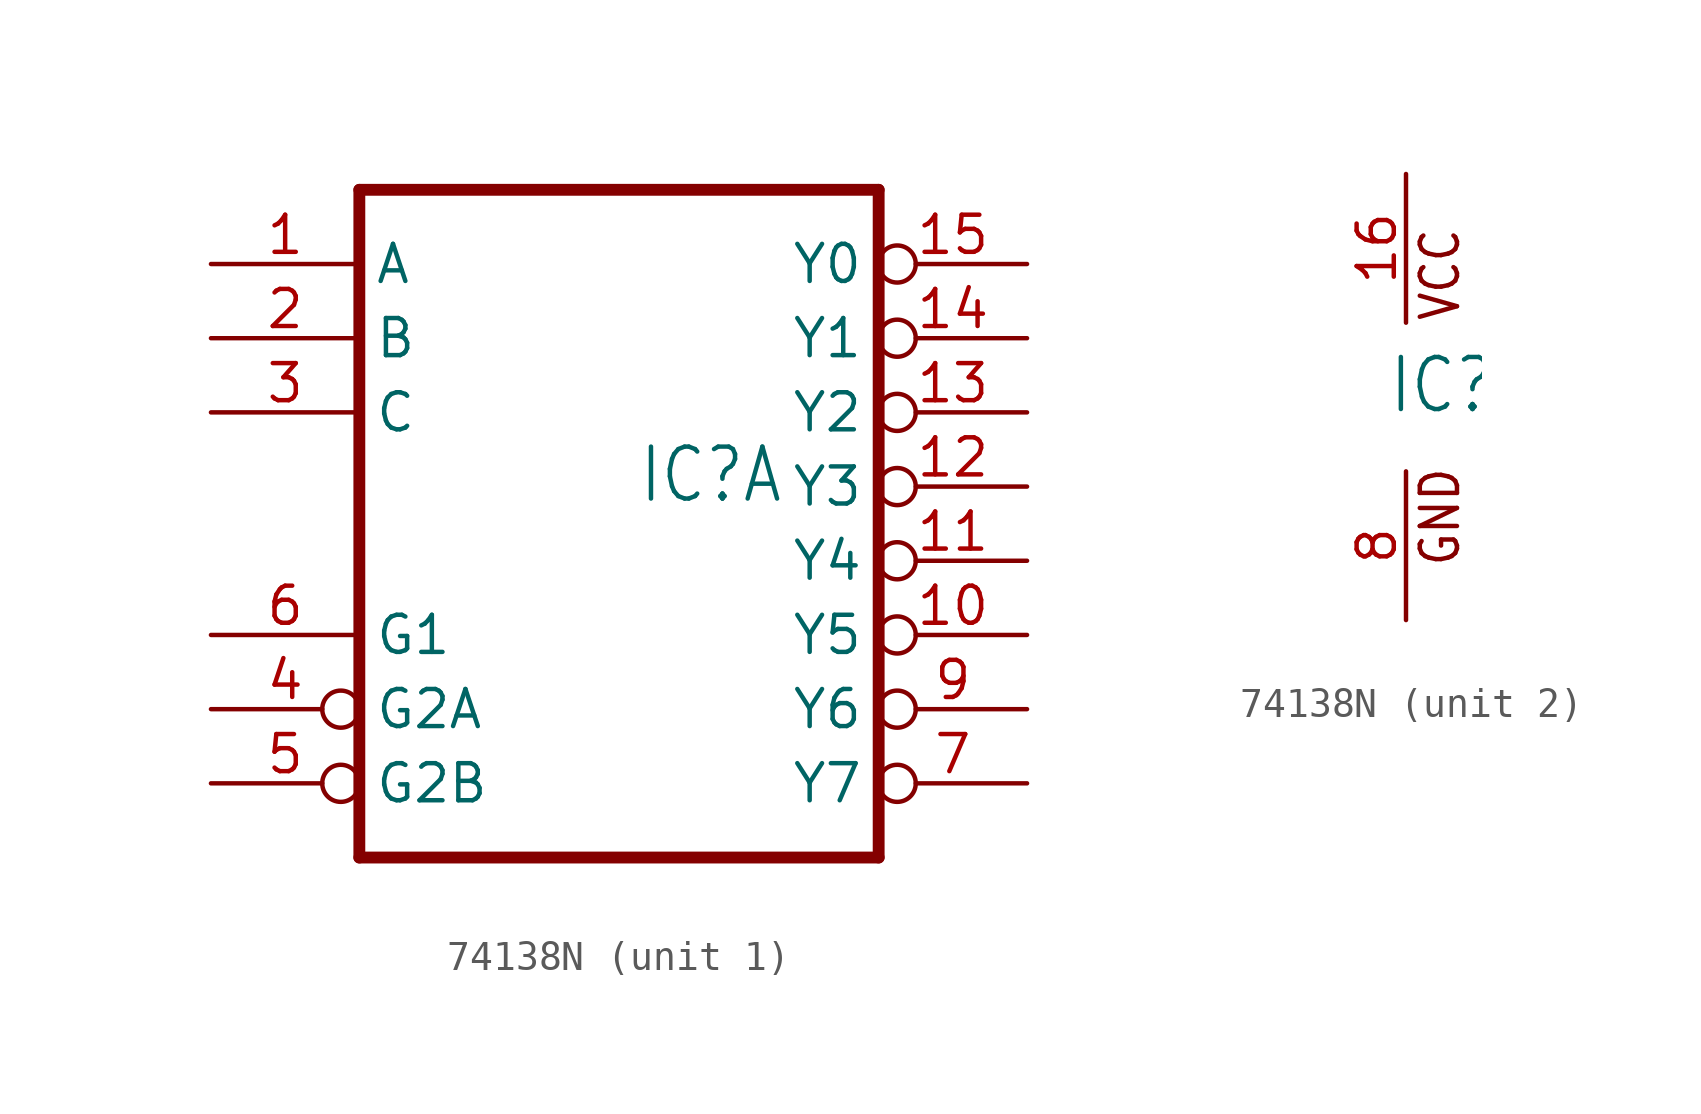
<source format=kicad_sym>
(kicad_symbol_lib
  (version 20220914)
  (generator kicad_symbol_editor)
  (symbol "74138N"
    (property "Reference" "IC"
      (at -0.635 -0.635 0)
      (effects (font (size 1.778 1.511)) (justify left bottom)))
    (property "ki_locked" ""
      (at 0 0 0)
      (effects (font (size 1.27 1.27))))
    (symbol "74138N_1_0"
      (polyline (pts (xy -10.16 -12.7) (xy 7.62 -12.7)) (stroke (width 0.406) (type solid)) (fill (type none)))
      (polyline (pts (xy -10.16 10.16) (xy -10.16 -12.7)) (stroke (width 0.406) (type solid)) (fill (type none)))
      (polyline (pts (xy 7.62 -12.7) (xy 7.62 10.16)) (stroke (width 0.406) (type solid)) (fill (type none)))
      (polyline (pts (xy 7.62 10.16) (xy -10.16 10.16)) (stroke (width 0.406) (type solid)) (fill (type none)))
      (pin input line (at -15.24 7.62 0) (length 5.08) (name "A" (effects (font (size 1.27 1.27)))) (number "1" (effects (font (size 1.27 1.27)))))
      (pin output inverted (at 12.7 -5.08 180) (length 5.08) (name "Y5" (effects (font (size 1.27 1.27)))) (number "10" (effects (font (size 1.27 1.27)))))
      (pin output inverted (at 12.7 -2.54 180) (length 5.08) (name "Y4" (effects (font (size 1.27 1.27)))) (number "11" (effects (font (size 1.27 1.27)))))
      (pin output inverted (at 12.7 0 180) (length 5.08) (name "Y3" (effects (font (size 1.27 1.27)))) (number "12" (effects (font (size 1.27 1.27)))))
      (pin output inverted (at 12.7 2.54 180) (length 5.08) (name "Y2" (effects (font (size 1.27 1.27)))) (number "13" (effects (font (size 1.27 1.27)))))
      (pin output inverted (at 12.7 5.08 180) (length 5.08) (name "Y1" (effects (font (size 1.27 1.27)))) (number "14" (effects (font (size 1.27 1.27)))))
      (pin output inverted (at 12.7 7.62 180) (length 5.08) (name "Y0" (effects (font (size 1.27 1.27)))) (number "15" (effects (font (size 1.27 1.27)))))
      (pin input line (at -15.24 5.08 0) (length 5.08) (name "B" (effects (font (size 1.27 1.27)))) (number "2" (effects (font (size 1.27 1.27)))))
      (pin input line (at -15.24 2.54 0) (length 5.08) (name "C" (effects (font (size 1.27 1.27)))) (number "3" (effects (font (size 1.27 1.27)))))
      (pin input inverted (at -15.24 -7.62 0) (length 5.08) (name "G2A" (effects (font (size 1.27 1.27)))) (number "4" (effects (font (size 1.27 1.27)))))
      (pin input inverted (at -15.24 -10.16 0) (length 5.08) (name "G2B" (effects (font (size 1.27 1.27)))) (number "5" (effects (font (size 1.27 1.27)))))
      (pin input line (at -15.24 -5.08 0) (length 5.08) (name "G1" (effects (font (size 1.27 1.27)))) (number "6" (effects (font (size 1.27 1.27)))))
      (pin output inverted (at 12.7 -10.16 180) (length 5.08) (name "Y7" (effects (font (size 1.27 1.27)))) (number "7" (effects (font (size 1.27 1.27)))))
      (pin output inverted (at 12.7 -7.62 180) (length 5.08) (name "Y6" (effects (font (size 1.27 1.27)))) (number "9" (effects (font (size 1.27 1.27))))))
    (symbol "74138N_2_0"
      (text "GND" (at 1.905 -5.842 900) (effects (font (size 1.27 1.079)) (justify left bottom)))
      (text "VCC" (at 1.905 2.54 900) (effects (font (size 1.27 1.079)) (justify left bottom)))
      (pin power_in line (at 0 7.62 270) (length 5.08) (name "VCC" (effects (font (size 0 0)))) (number "16" (effects (font (size 1.27 1.27)))))
      (pin power_in line (at 0 -7.62 90) (length 5.08) (name "GND" (effects (font (size 0 0)))) (number "8" (effects (font (size 1.27 1.27))))))))
</source>
